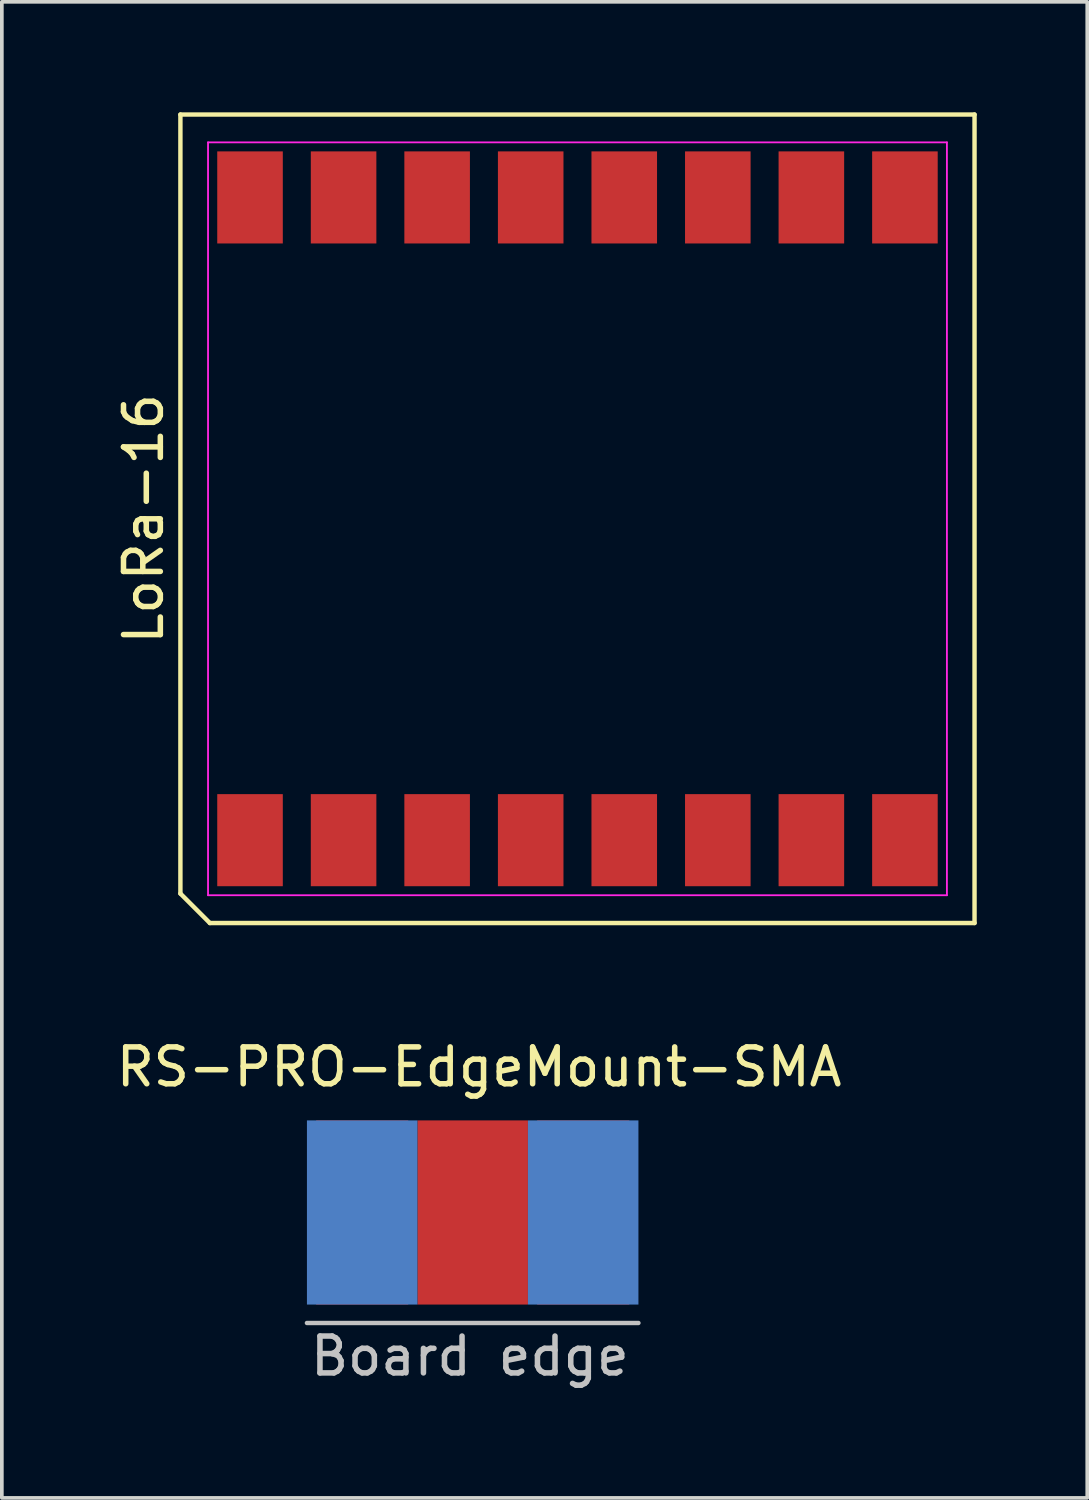
<source format=kicad_pcb>
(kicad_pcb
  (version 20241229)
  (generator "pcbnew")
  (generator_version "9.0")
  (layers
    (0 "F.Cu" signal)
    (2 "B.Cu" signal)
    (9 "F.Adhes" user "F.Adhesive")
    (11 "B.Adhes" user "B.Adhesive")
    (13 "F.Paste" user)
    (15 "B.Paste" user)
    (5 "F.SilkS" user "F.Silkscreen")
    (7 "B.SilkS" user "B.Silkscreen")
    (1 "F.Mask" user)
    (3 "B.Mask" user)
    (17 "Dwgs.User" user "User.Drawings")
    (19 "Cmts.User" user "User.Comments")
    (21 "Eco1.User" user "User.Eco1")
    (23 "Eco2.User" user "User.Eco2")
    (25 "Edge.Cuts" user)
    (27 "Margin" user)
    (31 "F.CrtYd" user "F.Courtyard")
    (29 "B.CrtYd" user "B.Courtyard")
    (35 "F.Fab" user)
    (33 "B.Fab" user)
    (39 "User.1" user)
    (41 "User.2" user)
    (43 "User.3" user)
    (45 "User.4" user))
  (footprint "LoRa-16"
    (layer "F.Cu")
    (at 12.628 11.035)
    (property "Reference" "LoRa-16" (at -11.78 0 90) (layer "F.SilkS") (effects (font (size 1 1) (thickness 0.15))))
    (attr smd)
    (fp_line (start -10.78 -10.975) (end 10.78 -10.975) (stroke (width 0.12) (type solid)) (layer "F.SilkS"))
    (fp_line (start -10.78 10.175) (end -10.78 -10.975) (stroke (width 0.12) (type solid)) (layer "F.SilkS"))
    (fp_line (start -9.98 10.975) (end -10.78 10.175) (stroke (width 0.12) (type solid)) (layer "F.SilkS"))
    (fp_line (start 10.78 -10.975) (end 10.78 10.975) (stroke (width 0.12) (type solid)) (layer "F.SilkS"))
    (fp_line (start 10.78 10.975) (end -9.98 10.975) (stroke (width 0.12) (type solid)) (layer "F.SilkS"))
    (fp_line (start -10.03 -10.22) (end 10.03 -10.22) (stroke (width 0.05) (type solid)) (layer "F.CrtYd"))
    (fp_line (start -10.03 10.22) (end -10.03 -10.22) (stroke (width 0.05) (type solid)) (layer "F.CrtYd"))
    (fp_line (start 10.03 -10.22) (end 10.03 10.22) (stroke (width 0.05) (type solid)) (layer "F.CrtYd"))
    (fp_line (start 10.03 10.22) (end -10.03 10.22) (stroke (width 0.05) (type solid)) (layer "F.CrtYd"))
    (pad "1" smd rect (at -8.89 8.725) (size 1.78 2.5) (layers "F.Cu" "F.Mask" "F.Paste"))
    (pad "2" smd rect (at -6.35 8.725) (size 1.78 2.5) (layers "F.Cu" "F.Mask" "F.Paste"))
    (pad "3" smd rect (at -3.81 8.725) (size 1.78 2.5) (layers "F.Cu" "F.Mask" "F.Paste"))
    (pad "4" smd rect (at -1.27 8.725) (size 1.78 2.5) (layers "F.Cu" "F.Mask" "F.Paste"))
    (pad "5" smd rect (at 1.27 8.725) (size 1.78 2.5) (layers "F.Cu" "F.Mask" "F.Paste"))
    (pad "6" smd rect (at 3.81 8.725) (size 1.78 2.5) (layers "F.Cu" "F.Mask" "F.Paste"))
    (pad "7" smd rect (at 6.35 8.725) (size 1.78 2.5) (layers "F.Cu" "F.Mask" "F.Paste"))
    (pad "8" smd rect (at 8.89 8.725) (size 1.78 2.5) (layers "F.Cu" "F.Mask" "F.Paste"))
    (pad "9" smd rect (at 8.89 -8.725) (size 1.78 2.5) (layers "F.Cu" "F.Mask" "F.Paste"))
    (pad "10" smd rect (at 6.35 -8.725) (size 1.78 2.5) (layers "F.Cu" "F.Mask" "F.Paste"))
    (pad "11" smd rect (at 3.81 -8.725) (size 1.78 2.5) (layers "F.Cu" "F.Mask" "F.Paste"))
    (pad "12" smd rect (at 1.27 -8.725) (size 1.78 2.5) (layers "F.Cu" "F.Mask" "F.Paste"))
    (pad "13" smd rect (at -1.27 -8.725) (size 1.78 2.5) (layers "F.Cu" "F.Mask" "F.Paste"))
    (pad "14" smd rect (at -3.81 -8.725) (size 1.78 2.5) (layers "F.Cu" "F.Mask" "F.Paste"))
    (pad "15" smd rect (at -6.35 -8.725) (size 1.78 2.5) (layers "F.Cu" "F.Mask" "F.Paste"))
    (pad "16" smd rect (at -8.89 -8.725) (size 1.78 2.5) (layers "F.Cu" "F.Mask" "F.Paste")))
  (footprint "RS-PRO-EdgeMount-SMA"
    (layer "F.Cu")
    (at 9.783 29.868)
    (property "Reference" "RS-PRO-EdgeMount-SMA" (at 0.175 -3.95 0) (layer "F.SilkS") (effects (font (size 1 1) (thickness 0.15))))
    (attr smd)
    (fp_line (start -4.5 3) (end 4.5 3) (stroke (width 0.12) (type solid)) (layer "Dwgs.User"))
    (fp_text user "Board edge" (at -0.075 3.9 0) (layer "Dwgs.User") (effects (font (size 1 1) (thickness 0.15))))
    (pad "1" smd rect (at 0 0) (size 3 5) (layers "F.Cu" "F.Mask" "F.Paste"))
    (pad "2" smd rect (at -3 0) (size 2.5 5) (layers "F.Cu" "F.Mask" "F.Paste"))
    (pad "2" smd rect (at -3 0) (size 3 5) (layers "F.Mask" "B.Cu" "F.Paste"))
    (pad "2" smd rect (at 3 0) (size 2.5 5) (layers "F.Cu" "F.Mask" "F.Paste"))
    (pad "2" smd rect (at 3 0) (size 3 5) (layers "F.Mask" "B.Cu" "F.Paste")))
  (gr_rect
    (start -3 -3)
    (end 26.468 37.617)
    (stroke (width 0.1) (type default))
    (fill no)
    (layer "Edge.Cuts")))
</source>
